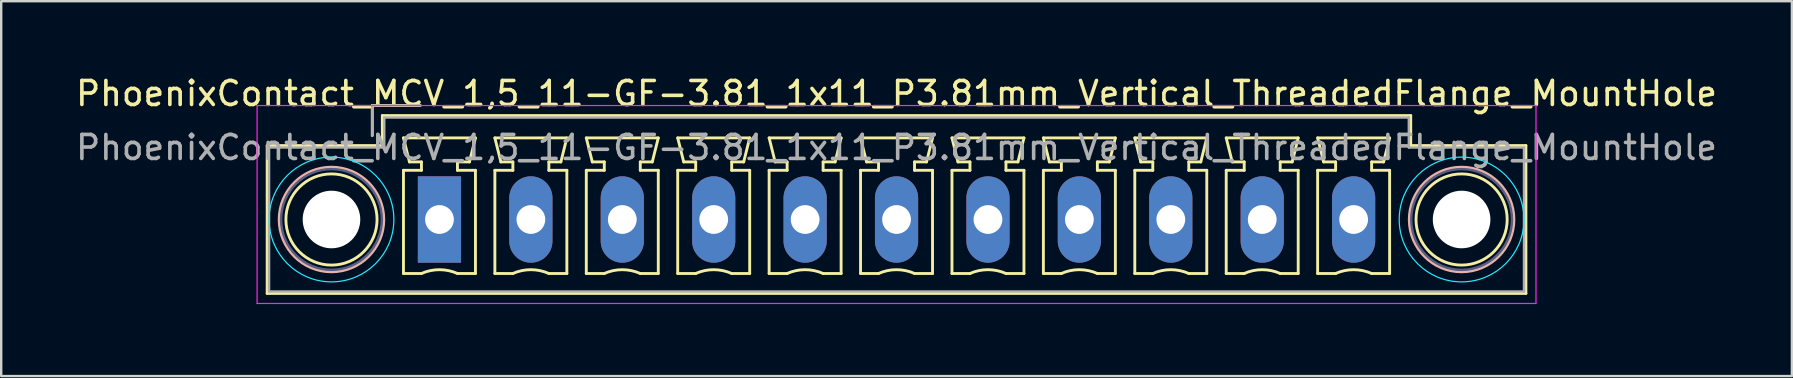
<source format=kicad_pcb>
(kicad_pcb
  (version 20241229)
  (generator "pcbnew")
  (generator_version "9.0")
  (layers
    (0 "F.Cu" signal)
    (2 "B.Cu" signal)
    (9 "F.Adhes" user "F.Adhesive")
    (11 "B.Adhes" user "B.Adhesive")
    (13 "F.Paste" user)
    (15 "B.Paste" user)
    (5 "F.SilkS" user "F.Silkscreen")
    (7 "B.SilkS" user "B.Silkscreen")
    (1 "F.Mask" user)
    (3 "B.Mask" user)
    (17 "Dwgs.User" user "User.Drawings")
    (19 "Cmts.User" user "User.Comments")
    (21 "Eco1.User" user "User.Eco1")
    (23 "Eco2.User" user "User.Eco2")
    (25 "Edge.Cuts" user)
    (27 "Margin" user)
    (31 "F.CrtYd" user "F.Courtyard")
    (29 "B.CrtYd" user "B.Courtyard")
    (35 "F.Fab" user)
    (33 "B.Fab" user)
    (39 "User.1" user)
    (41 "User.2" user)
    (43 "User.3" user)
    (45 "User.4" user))
  (footprint "PhoenixContact_MCV_1,5_11-GF-3.81_1x11_P3.81mm_Vertical_ThreadedFlange_MountHole"
    (layer "F.Cu")
    (at 15.265 6.098)
    (property "Reference" "PhoenixContact_MCV_1,5_11-GF-3.81_1x11_P3.81mm_Vertical_ThreadedFlange_MountHole" (at 19.05 -5.25 0) (layer "F.SilkS") (effects (font (size 1 1) (thickness 0.15))))
    (attr through_hole)
    (fp_line (start -7.18 -3.08) (end -7.18 3.08) (stroke (width 0.12) (type solid)) (layer "F.SilkS"))
    (fp_line (start -7.18 3.08) (end 45.28 3.08) (stroke (width 0.12) (type solid)) (layer "F.SilkS"))
    (fp_line (start -2.8 -4.75) (end -0.8 -4.75) (stroke (width 0.12) (type solid)) (layer "F.SilkS"))
    (fp_line (start -2.8 -3.5) (end -2.8 -4.75) (stroke (width 0.12) (type solid)) (layer "F.SilkS"))
    (fp_line (start -2.38 -4.33) (end -2.38 -3.08) (stroke (width 0.12) (type solid)) (layer "F.SilkS"))
    (fp_line (start -2.38 -3.08) (end -7.18 -3.08) (stroke (width 0.12) (type solid)) (layer "F.SilkS"))
    (fp_line (start -1.5 -3.4) (end 1.5 -3.4) (stroke (width 0.12) (type solid)) (layer "F.SilkS"))
    (fp_line (start -1.5 -2.05) (end -0.75 -2.05) (stroke (width 0.12) (type solid)) (layer "F.SilkS"))
    (fp_line (start -1.5 2.25) (end -1.5 -2.05) (stroke (width 0.12) (type solid)) (layer "F.SilkS"))
    (fp_line (start -1.25 -2.4) (end -1.5 -3.4) (stroke (width 0.12) (type solid)) (layer "F.SilkS"))
    (fp_line (start -0.75 -2.4) (end -1.25 -2.4) (stroke (width 0.12) (type solid)) (layer "F.SilkS"))
    (fp_line (start -0.75 -2.05) (end -0.75 -2.4) (stroke (width 0.12) (type solid)) (layer "F.SilkS"))
    (fp_line (start -0.75 2.25) (end -1.5 2.25) (stroke (width 0.12) (type solid)) (layer "F.SilkS"))
    (fp_line (start 0.75 -2.4) (end 0.75 -2.05) (stroke (width 0.12) (type solid)) (layer "F.SilkS"))
    (fp_line (start 0.75 -2.05) (end 1.5 -2.05) (stroke (width 0.12) (type solid)) (layer "F.SilkS"))
    (fp_line (start 1.25 -2.4) (end 0.75 -2.4) (stroke (width 0.12) (type solid)) (layer "F.SilkS"))
    (fp_line (start 1.5 -3.4) (end 1.25 -2.4) (stroke (width 0.12) (type solid)) (layer "F.SilkS"))
    (fp_line (start 1.5 -2.05) (end 1.5 2.25) (stroke (width 0.12) (type solid)) (layer "F.SilkS"))
    (fp_line (start 1.5 2.25) (end 0.75 2.25) (stroke (width 0.12) (type solid)) (layer "F.SilkS"))
    (fp_line (start 2.31 -3.4) (end 5.31 -3.4) (stroke (width 0.12) (type solid)) (layer "F.SilkS"))
    (fp_line (start 2.31 -2.05) (end 3.06 -2.05) (stroke (width 0.12) (type solid)) (layer "F.SilkS"))
    (fp_line (start 2.31 2.25) (end 2.31 -2.05) (stroke (width 0.12) (type solid)) (layer "F.SilkS"))
    (fp_line (start 2.56 -2.4) (end 2.31 -3.4) (stroke (width 0.12) (type solid)) (layer "F.SilkS"))
    (fp_line (start 3.06 -2.4) (end 2.56 -2.4) (stroke (width 0.12) (type solid)) (layer "F.SilkS"))
    (fp_line (start 3.06 -2.05) (end 3.06 -2.4) (stroke (width 0.12) (type solid)) (layer "F.SilkS"))
    (fp_line (start 3.06 2.25) (end 2.31 2.25) (stroke (width 0.12) (type solid)) (layer "F.SilkS"))
    (fp_line (start 4.56 -2.4) (end 4.56 -2.05) (stroke (width 0.12) (type solid)) (layer "F.SilkS"))
    (fp_line (start 4.56 -2.05) (end 5.31 -2.05) (stroke (width 0.12) (type solid)) (layer "F.SilkS"))
    (fp_line (start 5.06 -2.4) (end 4.56 -2.4) (stroke (width 0.12) (type solid)) (layer "F.SilkS"))
    (fp_line (start 5.31 -3.4) (end 5.06 -2.4) (stroke (width 0.12) (type solid)) (layer "F.SilkS"))
    (fp_line (start 5.31 -2.05) (end 5.31 2.25) (stroke (width 0.12) (type solid)) (layer "F.SilkS"))
    (fp_line (start 5.31 2.25) (end 4.56 2.25) (stroke (width 0.12) (type solid)) (layer "F.SilkS"))
    (fp_line (start 6.12 -3.4) (end 9.12 -3.4) (stroke (width 0.12) (type solid)) (layer "F.SilkS"))
    (fp_line (start 6.12 -2.05) (end 6.87 -2.05) (stroke (width 0.12) (type solid)) (layer "F.SilkS"))
    (fp_line (start 6.12 2.25) (end 6.12 -2.05) (stroke (width 0.12) (type solid)) (layer "F.SilkS"))
    (fp_line (start 6.37 -2.4) (end 6.12 -3.4) (stroke (width 0.12) (type solid)) (layer "F.SilkS"))
    (fp_line (start 6.87 -2.4) (end 6.37 -2.4) (stroke (width 0.12) (type solid)) (layer "F.SilkS"))
    (fp_line (start 6.87 -2.05) (end 6.87 -2.4) (stroke (width 0.12) (type solid)) (layer "F.SilkS"))
    (fp_line (start 6.87 2.25) (end 6.12 2.25) (stroke (width 0.12) (type solid)) (layer "F.SilkS"))
    (fp_line (start 8.37 -2.4) (end 8.37 -2.05) (stroke (width 0.12) (type solid)) (layer "F.SilkS"))
    (fp_line (start 8.37 -2.05) (end 9.12 -2.05) (stroke (width 0.12) (type solid)) (layer "F.SilkS"))
    (fp_line (start 8.87 -2.4) (end 8.37 -2.4) (stroke (width 0.12) (type solid)) (layer "F.SilkS"))
    (fp_line (start 9.12 -3.4) (end 8.87 -2.4) (stroke (width 0.12) (type solid)) (layer "F.SilkS"))
    (fp_line (start 9.12 -2.05) (end 9.12 2.25) (stroke (width 0.12) (type solid)) (layer "F.SilkS"))
    (fp_line (start 9.12 2.25) (end 8.37 2.25) (stroke (width 0.12) (type solid)) (layer "F.SilkS"))
    (fp_line (start 9.93 -3.4) (end 12.93 -3.4) (stroke (width 0.12) (type solid)) (layer "F.SilkS"))
    (fp_line (start 9.93 -2.05) (end 10.68 -2.05) (stroke (width 0.12) (type solid)) (layer "F.SilkS"))
    (fp_line (start 9.93 2.25) (end 9.93 -2.05) (stroke (width 0.12) (type solid)) (layer "F.SilkS"))
    (fp_line (start 10.18 -2.4) (end 9.93 -3.4) (stroke (width 0.12) (type solid)) (layer "F.SilkS"))
    (fp_line (start 10.68 -2.4) (end 10.18 -2.4) (stroke (width 0.12) (type solid)) (layer "F.SilkS"))
    (fp_line (start 10.68 -2.05) (end 10.68 -2.4) (stroke (width 0.12) (type solid)) (layer "F.SilkS"))
    (fp_line (start 10.68 2.25) (end 9.93 2.25) (stroke (width 0.12) (type solid)) (layer "F.SilkS"))
    (fp_line (start 12.18 -2.4) (end 12.18 -2.05) (stroke (width 0.12) (type solid)) (layer "F.SilkS"))
    (fp_line (start 12.18 -2.05) (end 12.93 -2.05) (stroke (width 0.12) (type solid)) (layer "F.SilkS"))
    (fp_line (start 12.68 -2.4) (end 12.18 -2.4) (stroke (width 0.12) (type solid)) (layer "F.SilkS"))
    (fp_line (start 12.93 -3.4) (end 12.68 -2.4) (stroke (width 0.12) (type solid)) (layer "F.SilkS"))
    (fp_line (start 12.93 -2.05) (end 12.93 2.25) (stroke (width 0.12) (type solid)) (layer "F.SilkS"))
    (fp_line (start 12.93 2.25) (end 12.18 2.25) (stroke (width 0.12) (type solid)) (layer "F.SilkS"))
    (fp_line (start 13.74 -3.4) (end 16.74 -3.4) (stroke (width 0.12) (type solid)) (layer "F.SilkS"))
    (fp_line (start 13.74 -2.05) (end 14.49 -2.05) (stroke (width 0.12) (type solid)) (layer "F.SilkS"))
    (fp_line (start 13.74 2.25) (end 13.74 -2.05) (stroke (width 0.12) (type solid)) (layer "F.SilkS"))
    (fp_line (start 13.99 -2.4) (end 13.74 -3.4) (stroke (width 0.12) (type solid)) (layer "F.SilkS"))
    (fp_line (start 14.49 -2.4) (end 13.99 -2.4) (stroke (width 0.12) (type solid)) (layer "F.SilkS"))
    (fp_line (start 14.49 -2.05) (end 14.49 -2.4) (stroke (width 0.12) (type solid)) (layer "F.SilkS"))
    (fp_line (start 14.49 2.25) (end 13.74 2.25) (stroke (width 0.12) (type solid)) (layer "F.SilkS"))
    (fp_line (start 15.99 -2.4) (end 15.99 -2.05) (stroke (width 0.12) (type solid)) (layer "F.SilkS"))
    (fp_line (start 15.99 -2.05) (end 16.74 -2.05) (stroke (width 0.12) (type solid)) (layer "F.SilkS"))
    (fp_line (start 16.49 -2.4) (end 15.99 -2.4) (stroke (width 0.12) (type solid)) (layer "F.SilkS"))
    (fp_line (start 16.74 -3.4) (end 16.49 -2.4) (stroke (width 0.12) (type solid)) (layer "F.SilkS"))
    (fp_line (start 16.74 -2.05) (end 16.74 2.25) (stroke (width 0.12) (type solid)) (layer "F.SilkS"))
    (fp_line (start 16.74 2.25) (end 15.99 2.25) (stroke (width 0.12) (type solid)) (layer "F.SilkS"))
    (fp_line (start 17.55 -3.4) (end 20.55 -3.4) (stroke (width 0.12) (type solid)) (layer "F.SilkS"))
    (fp_line (start 17.55 -2.05) (end 18.3 -2.05) (stroke (width 0.12) (type solid)) (layer "F.SilkS"))
    (fp_line (start 17.55 2.25) (end 17.55 -2.05) (stroke (width 0.12) (type solid)) (layer "F.SilkS"))
    (fp_line (start 17.8 -2.4) (end 17.55 -3.4) (stroke (width 0.12) (type solid)) (layer "F.SilkS"))
    (fp_line (start 18.3 -2.4) (end 17.8 -2.4) (stroke (width 0.12) (type solid)) (layer "F.SilkS"))
    (fp_line (start 18.3 -2.05) (end 18.3 -2.4) (stroke (width 0.12) (type solid)) (layer "F.SilkS"))
    (fp_line (start 18.3 2.25) (end 17.55 2.25) (stroke (width 0.12) (type solid)) (layer "F.SilkS"))
    (fp_line (start 19.8 -2.4) (end 19.8 -2.05) (stroke (width 0.12) (type solid)) (layer "F.SilkS"))
    (fp_line (start 19.8 -2.05) (end 20.55 -2.05) (stroke (width 0.12) (type solid)) (layer "F.SilkS"))
    (fp_line (start 20.3 -2.4) (end 19.8 -2.4) (stroke (width 0.12) (type solid)) (layer "F.SilkS"))
    (fp_line (start 20.55 -3.4) (end 20.3 -2.4) (stroke (width 0.12) (type solid)) (layer "F.SilkS"))
    (fp_line (start 20.55 -2.05) (end 20.55 2.25) (stroke (width 0.12) (type solid)) (layer "F.SilkS"))
    (fp_line (start 20.55 2.25) (end 19.8 2.25) (stroke (width 0.12) (type solid)) (layer "F.SilkS"))
    (fp_line (start 21.36 -3.4) (end 24.36 -3.4) (stroke (width 0.12) (type solid)) (layer "F.SilkS"))
    (fp_line (start 21.36 -2.05) (end 22.11 -2.05) (stroke (width 0.12) (type solid)) (layer "F.SilkS"))
    (fp_line (start 21.36 2.25) (end 21.36 -2.05) (stroke (width 0.12) (type solid)) (layer "F.SilkS"))
    (fp_line (start 21.61 -2.4) (end 21.36 -3.4) (stroke (width 0.12) (type solid)) (layer "F.SilkS"))
    (fp_line (start 22.11 -2.4) (end 21.61 -2.4) (stroke (width 0.12) (type solid)) (layer "F.SilkS"))
    (fp_line (start 22.11 -2.05) (end 22.11 -2.4) (stroke (width 0.12) (type solid)) (layer "F.SilkS"))
    (fp_line (start 22.11 2.25) (end 21.36 2.25) (stroke (width 0.12) (type solid)) (layer "F.SilkS"))
    (fp_line (start 23.61 -2.4) (end 23.61 -2.05) (stroke (width 0.12) (type solid)) (layer "F.SilkS"))
    (fp_line (start 23.61 -2.05) (end 24.36 -2.05) (stroke (width 0.12) (type solid)) (layer "F.SilkS"))
    (fp_line (start 24.11 -2.4) (end 23.61 -2.4) (stroke (width 0.12) (type solid)) (layer "F.SilkS"))
    (fp_line (start 24.36 -3.4) (end 24.11 -2.4) (stroke (width 0.12) (type solid)) (layer "F.SilkS"))
    (fp_line (start 24.36 -2.05) (end 24.36 2.25) (stroke (width 0.12) (type solid)) (layer "F.SilkS"))
    (fp_line (start 24.36 2.25) (end 23.61 2.25) (stroke (width 0.12) (type solid)) (layer "F.SilkS"))
    (fp_line (start 25.17 -3.4) (end 28.17 -3.4) (stroke (width 0.12) (type solid)) (layer "F.SilkS"))
    (fp_line (start 25.17 -2.05) (end 25.92 -2.05) (stroke (width 0.12) (type solid)) (layer "F.SilkS"))
    (fp_line (start 25.17 2.25) (end 25.17 -2.05) (stroke (width 0.12) (type solid)) (layer "F.SilkS"))
    (fp_line (start 25.42 -2.4) (end 25.17 -3.4) (stroke (width 0.12) (type solid)) (layer "F.SilkS"))
    (fp_line (start 25.92 -2.4) (end 25.42 -2.4) (stroke (width 0.12) (type solid)) (layer "F.SilkS"))
    (fp_line (start 25.92 -2.05) (end 25.92 -2.4) (stroke (width 0.12) (type solid)) (layer "F.SilkS"))
    (fp_line (start 25.92 2.25) (end 25.17 2.25) (stroke (width 0.12) (type solid)) (layer "F.SilkS"))
    (fp_line (start 27.42 -2.4) (end 27.42 -2.05) (stroke (width 0.12) (type solid)) (layer "F.SilkS"))
    (fp_line (start 27.42 -2.05) (end 28.17 -2.05) (stroke (width 0.12) (type solid)) (layer "F.SilkS"))
    (fp_line (start 27.92 -2.4) (end 27.42 -2.4) (stroke (width 0.12) (type solid)) (layer "F.SilkS"))
    (fp_line (start 28.17 -3.4) (end 27.92 -2.4) (stroke (width 0.12) (type solid)) (layer "F.SilkS"))
    (fp_line (start 28.17 -2.05) (end 28.17 2.25) (stroke (width 0.12) (type solid)) (layer "F.SilkS"))
    (fp_line (start 28.17 2.25) (end 27.42 2.25) (stroke (width 0.12) (type solid)) (layer "F.SilkS"))
    (fp_line (start 28.98 -3.4) (end 31.98 -3.4) (stroke (width 0.12) (type solid)) (layer "F.SilkS"))
    (fp_line (start 28.98 -2.05) (end 29.73 -2.05) (stroke (width 0.12) (type solid)) (layer "F.SilkS"))
    (fp_line (start 28.98 2.25) (end 28.98 -2.05) (stroke (width 0.12) (type solid)) (layer "F.SilkS"))
    (fp_line (start 29.23 -2.4) (end 28.98 -3.4) (stroke (width 0.12) (type solid)) (layer "F.SilkS"))
    (fp_line (start 29.73 -2.4) (end 29.23 -2.4) (stroke (width 0.12) (type solid)) (layer "F.SilkS"))
    (fp_line (start 29.73 -2.05) (end 29.73 -2.4) (stroke (width 0.12) (type solid)) (layer "F.SilkS"))
    (fp_line (start 29.73 2.25) (end 28.98 2.25) (stroke (width 0.12) (type solid)) (layer "F.SilkS"))
    (fp_line (start 31.23 -2.4) (end 31.23 -2.05) (stroke (width 0.12) (type solid)) (layer "F.SilkS"))
    (fp_line (start 31.23 -2.05) (end 31.98 -2.05) (stroke (width 0.12) (type solid)) (layer "F.SilkS"))
    (fp_line (start 31.73 -2.4) (end 31.23 -2.4) (stroke (width 0.12) (type solid)) (layer "F.SilkS"))
    (fp_line (start 31.98 -3.4) (end 31.73 -2.4) (stroke (width 0.12) (type solid)) (layer "F.SilkS"))
    (fp_line (start 31.98 -2.05) (end 31.98 2.25) (stroke (width 0.12) (type solid)) (layer "F.SilkS"))
    (fp_line (start 31.98 2.25) (end 31.23 2.25) (stroke (width 0.12) (type solid)) (layer "F.SilkS"))
    (fp_line (start 32.79 -3.4) (end 35.79 -3.4) (stroke (width 0.12) (type solid)) (layer "F.SilkS"))
    (fp_line (start 32.79 -2.05) (end 33.54 -2.05) (stroke (width 0.12) (type solid)) (layer "F.SilkS"))
    (fp_line (start 32.79 2.25) (end 32.79 -2.05) (stroke (width 0.12) (type solid)) (layer "F.SilkS"))
    (fp_line (start 33.04 -2.4) (end 32.79 -3.4) (stroke (width 0.12) (type solid)) (layer "F.SilkS"))
    (fp_line (start 33.54 -2.4) (end 33.04 -2.4) (stroke (width 0.12) (type solid)) (layer "F.SilkS"))
    (fp_line (start 33.54 -2.05) (end 33.54 -2.4) (stroke (width 0.12) (type solid)) (layer "F.SilkS"))
    (fp_line (start 33.54 2.25) (end 32.79 2.25) (stroke (width 0.12) (type solid)) (layer "F.SilkS"))
    (fp_line (start 35.04 -2.4) (end 35.04 -2.05) (stroke (width 0.12) (type solid)) (layer "F.SilkS"))
    (fp_line (start 35.04 -2.05) (end 35.79 -2.05) (stroke (width 0.12) (type solid)) (layer "F.SilkS"))
    (fp_line (start 35.54 -2.4) (end 35.04 -2.4) (stroke (width 0.12) (type solid)) (layer "F.SilkS"))
    (fp_line (start 35.79 -3.4) (end 35.54 -2.4) (stroke (width 0.12) (type solid)) (layer "F.SilkS"))
    (fp_line (start 35.79 -2.05) (end 35.79 2.25) (stroke (width 0.12) (type solid)) (layer "F.SilkS"))
    (fp_line (start 35.79 2.25) (end 35.04 2.25) (stroke (width 0.12) (type solid)) (layer "F.SilkS"))
    (fp_line (start 36.6 -3.4) (end 39.6 -3.4) (stroke (width 0.12) (type solid)) (layer "F.SilkS"))
    (fp_line (start 36.6 -2.05) (end 37.35 -2.05) (stroke (width 0.12) (type solid)) (layer "F.SilkS"))
    (fp_line (start 36.6 2.25) (end 36.6 -2.05) (stroke (width 0.12) (type solid)) (layer "F.SilkS"))
    (fp_line (start 36.85 -2.4) (end 36.6 -3.4) (stroke (width 0.12) (type solid)) (layer "F.SilkS"))
    (fp_line (start 37.35 -2.4) (end 36.85 -2.4) (stroke (width 0.12) (type solid)) (layer "F.SilkS"))
    (fp_line (start 37.35 -2.05) (end 37.35 -2.4) (stroke (width 0.12) (type solid)) (layer "F.SilkS"))
    (fp_line (start 37.35 2.25) (end 36.6 2.25) (stroke (width 0.12) (type solid)) (layer "F.SilkS"))
    (fp_line (start 38.85 -2.4) (end 38.85 -2.05) (stroke (width 0.12) (type solid)) (layer "F.SilkS"))
    (fp_line (start 38.85 -2.05) (end 39.6 -2.05) (stroke (width 0.12) (type solid)) (layer "F.SilkS"))
    (fp_line (start 39.35 -2.4) (end 38.85 -2.4) (stroke (width 0.12) (type solid)) (layer "F.SilkS"))
    (fp_line (start 39.6 -3.4) (end 39.35 -2.4) (stroke (width 0.12) (type solid)) (layer "F.SilkS"))
    (fp_line (start 39.6 -2.05) (end 39.6 2.25) (stroke (width 0.12) (type solid)) (layer "F.SilkS"))
    (fp_line (start 39.6 2.25) (end 38.85 2.25) (stroke (width 0.12) (type solid)) (layer "F.SilkS"))
    (fp_line (start 40.48 -4.33) (end -2.38 -4.33) (stroke (width 0.12) (type solid)) (layer "F.SilkS"))
    (fp_line (start 40.48 -3.08) (end 40.48 -4.33) (stroke (width 0.12) (type solid)) (layer "F.SilkS"))
    (fp_line (start 45.28 -3.08) (end 40.48 -3.08) (stroke (width 0.12) (type solid)) (layer "F.SilkS"))
    (fp_line (start 45.28 3.08) (end 45.28 -3.08) (stroke (width 0.12) (type solid)) (layer "F.SilkS"))
    (fp_arc (start -0.75 2.25) (mid -0.000193 2.09191) (end 0.749647 2.249844) (stroke (width 0.12) (type solid)) (layer "F.SilkS"))
    (fp_arc (start 3.06 2.25) (mid 3.809807 2.09191) (end 4.559647 2.249844) (stroke (width 0.12) (type solid)) (layer "F.SilkS"))
    (fp_arc (start 6.87 2.25) (mid 7.619807 2.09191) (end 8.369647 2.249844) (stroke (width 0.12) (type solid)) (layer "F.SilkS"))
    (fp_arc (start 10.68 2.25) (mid 11.429807 2.09191) (end 12.179647 2.249844) (stroke (width 0.12) (type solid)) (layer "F.SilkS"))
    (fp_arc (start 14.49 2.25) (mid 15.239807 2.09191) (end 15.989647 2.249844) (stroke (width 0.12) (type solid)) (layer "F.SilkS"))
    (fp_arc (start 18.3 2.25) (mid 19.049807 2.09191) (end 19.799647 2.249844) (stroke (width 0.12) (type solid)) (layer "F.SilkS"))
    (fp_arc (start 22.11 2.25) (mid 22.859807 2.09191) (end 23.609647 2.249844) (stroke (width 0.12) (type solid)) (layer "F.SilkS"))
    (fp_arc (start 25.92 2.25) (mid 26.669807 2.09191) (end 27.419647 2.249844) (stroke (width 0.12) (type solid)) (layer "F.SilkS"))
    (fp_arc (start 29.73 2.25) (mid 30.479807 2.09191) (end 31.229647 2.249844) (stroke (width 0.12) (type solid)) (layer "F.SilkS"))
    (fp_arc (start 33.54 2.25) (mid 34.289807 2.09191) (end 35.039647 2.249844) (stroke (width 0.12) (type solid)) (layer "F.SilkS"))
    (fp_arc (start 37.35 2.25) (mid 38.099807 2.09191) (end 38.849647 2.249844) (stroke (width 0.12) (type solid)) (layer "F.SilkS"))
    (fp_circle (center -4.5 0) (end -2.6 0) (stroke (width 0.12) (type solid)) (fill no) (layer "F.SilkS"))
    (fp_circle (center 42.6 0) (end 44.5 0) (stroke (width 0.12) (type solid)) (fill no) (layer "F.SilkS"))
    (fp_circle (center -4.5 0) (end -2.32 0) (stroke (width 0.12) (type solid)) (fill no) (layer "B.SilkS"))
    (fp_circle (center 42.6 0) (end 44.78 0) (stroke (width 0.12) (type solid)) (fill no) (layer "B.SilkS"))
    (fp_circle (center -4.5 0) (end -1.9 0) (stroke (width 0.05) (type solid)) (fill no) (layer "B.CrtYd"))
    (fp_circle (center 42.6 0) (end 45.2 0) (stroke (width 0.05) (type solid)) (fill no) (layer "B.CrtYd"))
    (fp_line (start -7.6 -4.75) (end -7.6 3.5) (stroke (width 0.05) (type solid)) (layer "F.CrtYd"))
    (fp_line (start -7.6 3.5) (end 45.7 3.5) (stroke (width 0.05) (type solid)) (layer "F.CrtYd"))
    (fp_line (start 45.7 -4.75) (end -7.6 -4.75) (stroke (width 0.05) (type solid)) (layer "F.CrtYd"))
    (fp_line (start 45.7 3.5) (end 45.7 -4.75) (stroke (width 0.05) (type solid)) (layer "F.CrtYd"))
    (fp_circle (center -4.5 0) (end -2.4 0) (stroke (width 0.1) (type solid)) (fill no) (layer "B.Fab"))
    (fp_circle (center 42.6 0) (end 44.7 0) (stroke (width 0.1) (type solid)) (fill no) (layer "B.Fab"))
    (fp_line (start -7.1 -3) (end -7.1 3) (stroke (width 0.1) (type solid)) (layer "F.Fab"))
    (fp_line (start -7.1 3) (end 45.2 3) (stroke (width 0.1) (type solid)) (layer "F.Fab"))
    (fp_line (start -2.8 -4.75) (end -0.8 -4.75) (stroke (width 0.1) (type solid)) (layer "F.Fab"))
    (fp_line (start -2.8 -3.5) (end -2.8 -4.75) (stroke (width 0.1) (type solid)) (layer "F.Fab"))
    (fp_line (start -2.3 -4.25) (end -2.3 -3) (stroke (width 0.1) (type solid)) (layer "F.Fab"))
    (fp_line (start -2.3 -3) (end -7.1 -3) (stroke (width 0.1) (type solid)) (layer "F.Fab"))
    (fp_line (start 40.4 -4.25) (end -2.3 -4.25) (stroke (width 0.1) (type solid)) (layer "F.Fab"))
    (fp_line (start 40.4 -3) (end 40.4 -4.25) (stroke (width 0.1) (type solid)) (layer "F.Fab"))
    (fp_line (start 45.2 -3) (end 40.4 -3) (stroke (width 0.1) (type solid)) (layer "F.Fab"))
    (fp_line (start 45.2 3) (end 45.2 -3) (stroke (width 0.1) (type solid)) (layer "F.Fab"))
    (fp_text user "${REFERENCE}" (at 19.05 -3 0) (layer "F.Fab") (effects (font (size 1 1) (thickness 0.15))))
    (pad "" np_thru_hole circle (at -4.5 0) (size 2.4 2.4) (drill 2.4) (layers "*.Cu" "*.Mask"))
    (pad "" np_thru_hole circle (at 42.6 0) (size 2.4 2.4) (drill 2.4) (layers "*.Cu" "*.Mask"))
    (pad "1" thru_hole rect (at 0 0) (size 1.8 3.6) (drill 1.2) (layers "*.Cu" "*.Mask"))
    (pad "2" thru_hole oval (at 3.81 0) (size 1.8 3.6) (drill 1.2) (layers "*.Cu" "*.Mask"))
    (pad "3" thru_hole oval (at 7.62 0) (size 1.8 3.6) (drill 1.2) (layers "*.Cu" "*.Mask"))
    (pad "4" thru_hole oval (at 11.43 0) (size 1.8 3.6) (drill 1.2) (layers "*.Cu" "*.Mask"))
    (pad "5" thru_hole oval (at 15.24 0) (size 1.8 3.6) (drill 1.2) (layers "*.Cu" "*.Mask"))
    (pad "6" thru_hole oval (at 19.05 0) (size 1.8 3.6) (drill 1.2) (layers "*.Cu" "*.Mask"))
    (pad "7" thru_hole oval (at 22.86 0) (size 1.8 3.6) (drill 1.2) (layers "*.Cu" "*.Mask"))
    (pad "8" thru_hole oval (at 26.67 0) (size 1.8 3.6) (drill 1.2) (layers "*.Cu" "*.Mask"))
    (pad "9" thru_hole oval (at 30.48 0) (size 1.8 3.6) (drill 1.2) (layers "*.Cu" "*.Mask"))
    (pad "10" thru_hole oval (at 34.29 0) (size 1.8 3.6) (drill 1.2) (layers "*.Cu" "*.Mask"))
    (pad "11" thru_hole oval (at 38.1 0) (size 1.8 3.6) (drill 1.2) (layers "*.Cu" "*.Mask")))
  (gr_rect
    (start -3 -3)
    (end 71.631 12.623)
    (stroke (width 0.1) (type default))
    (fill no)
    (layer "Edge.Cuts")))
</source>
